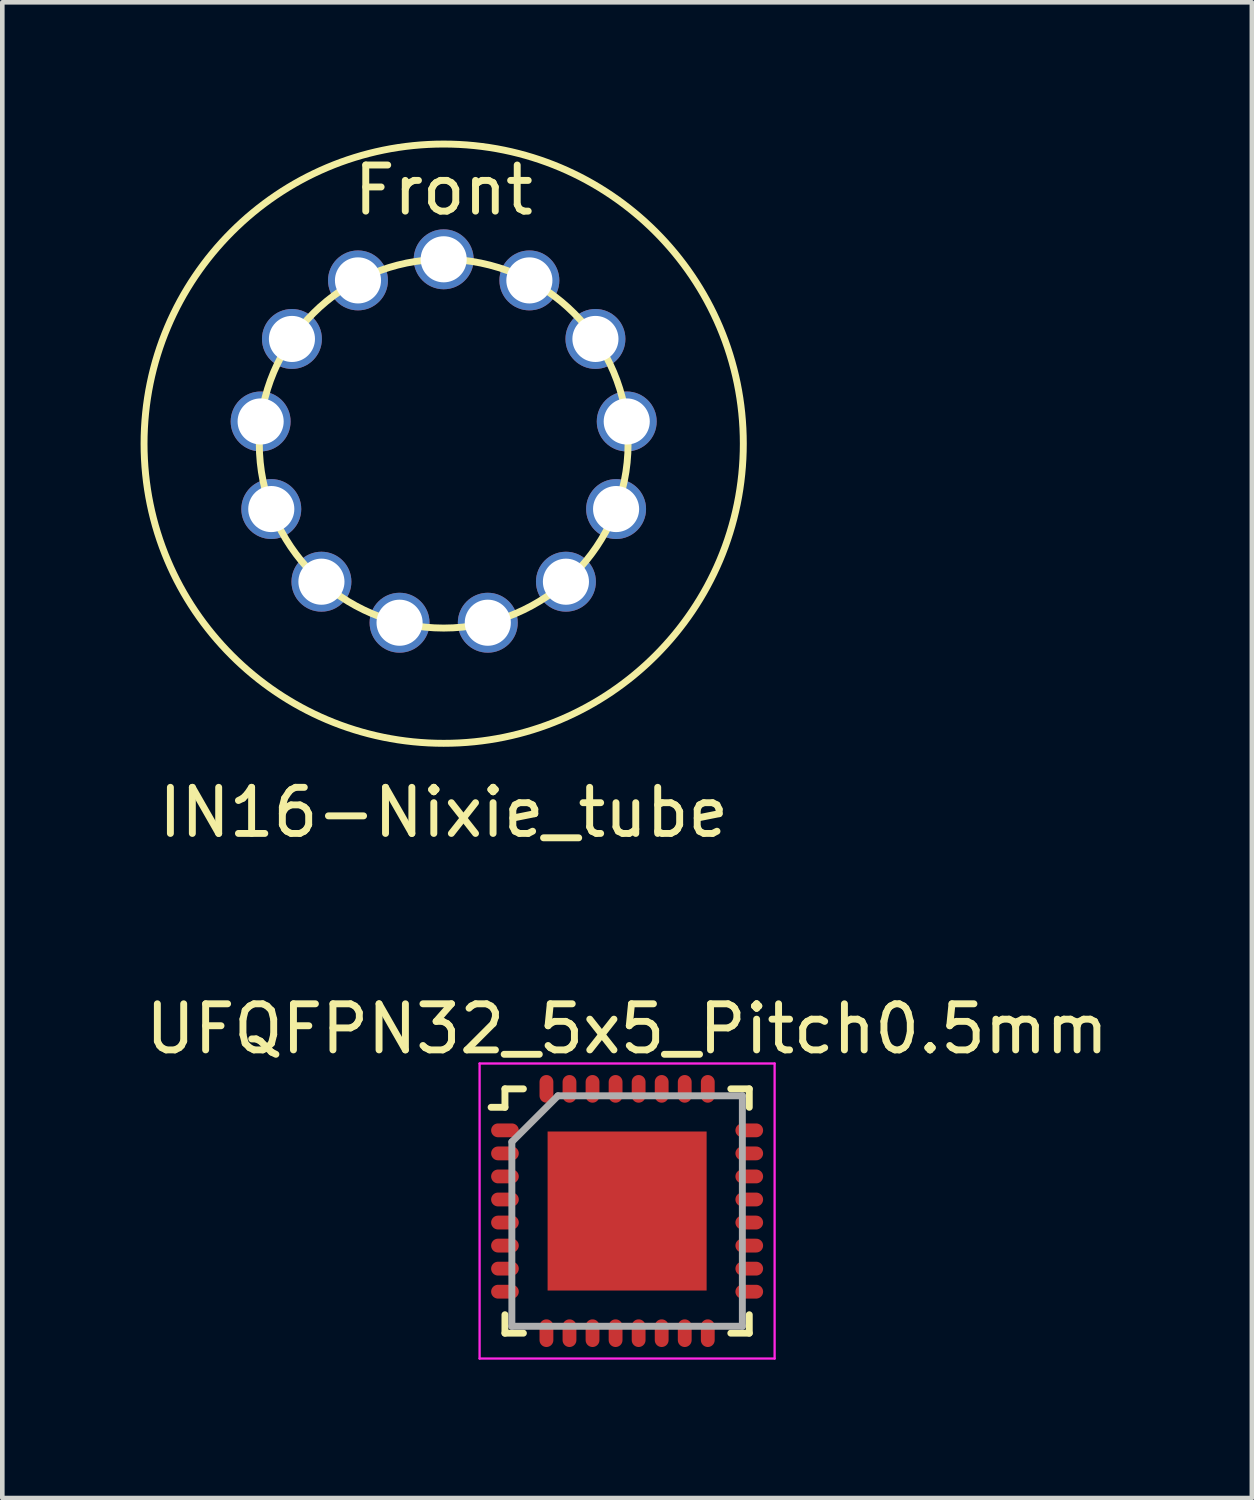
<source format=kicad_pcb>
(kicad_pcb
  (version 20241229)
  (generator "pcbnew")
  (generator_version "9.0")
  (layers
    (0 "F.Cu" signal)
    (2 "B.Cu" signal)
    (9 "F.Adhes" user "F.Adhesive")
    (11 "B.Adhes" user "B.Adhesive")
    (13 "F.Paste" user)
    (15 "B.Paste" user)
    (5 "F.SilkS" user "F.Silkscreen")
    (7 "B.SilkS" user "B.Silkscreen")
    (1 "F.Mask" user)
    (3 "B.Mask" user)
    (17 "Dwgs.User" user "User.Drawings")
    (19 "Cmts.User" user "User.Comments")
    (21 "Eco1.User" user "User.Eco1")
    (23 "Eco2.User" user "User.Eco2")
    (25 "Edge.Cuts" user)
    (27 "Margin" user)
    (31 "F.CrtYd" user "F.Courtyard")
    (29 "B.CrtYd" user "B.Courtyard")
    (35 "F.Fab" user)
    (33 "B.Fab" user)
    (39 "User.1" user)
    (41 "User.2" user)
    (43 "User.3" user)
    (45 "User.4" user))
  (footprint "IN16-Nixie_tube"
    (layer "F.Cu")
    (at 6.575 6.575)
    (property "Reference" "IN16-Nixie_tube" (at 0 8 0) (layer "F.SilkS") (effects (font (size 1 1) (thickness 0.15))))
    (attr through_hole)
    (fp_circle (center 0 0) (end 4 0) (stroke (width 0.15) (type solid)) (fill no) (layer "F.SilkS"))
    (fp_circle (center 0 0) (end 6.5 0) (stroke (width 0.15) (type solid)) (fill no) (layer "F.SilkS"))
    (fp_text user "Front" (at 0 -5.5 0) (layer "F.SilkS") (effects (font (size 1 1) (thickness 0.15))))
    (pad "1" thru_hole circle (at 0 -4) (size 1.3 1.3) (drill 1) (layers "*.Cu" "*.Mask"))
    (pad "2" thru_hole circle (at -1.859 -3.542 27.692) (size 1.3 1.3) (drill 1) (layers "*.Cu" "*.Mask"))
    (pad "3" thru_hole circle (at -3.292 -2.272 55.385) (size 1.3 1.3) (drill 1) (layers "*.Cu" "*.Mask"))
    (pad "4" thru_hole circle (at -3.971 -0.482 83.077) (size 1.3 1.3) (drill 1) (layers "*.Cu" "*.Mask"))
    (pad "5" thru_hole circle (at -3.74 1.418 110.769) (size 1.3 1.3) (drill 1) (layers "*.Cu" "*.Mask"))
    (pad "6" thru_hole circle (at -2.652 2.994 138.462) (size 1.3 1.3) (drill 1) (layers "*.Cu" "*.Mask"))
    (pad "7" thru_hole circle (at -0.957 3.884 166.154) (size 1.3 1.3) (drill 1) (layers "*.Cu" "*.Mask"))
    (pad "8" thru_hole circle (at 0.957 3.884 193.846) (size 1.3 1.3) (drill 1) (layers "*.Cu" "*.Mask"))
    (pad "9" thru_hole circle (at 2.652 2.994 221.538) (size 1.3 1.3) (drill 1) (layers "*.Cu" "*.Mask"))
    (pad "10" thru_hole circle (at 3.74 1.418 249.231) (size 1.3 1.3) (drill 1) (layers "*.Cu" "*.Mask"))
    (pad "11" thru_hole circle (at 3.971 -0.482 276.923) (size 1.3 1.3) (drill 1) (layers "*.Cu" "*.Mask"))
    (pad "12" thru_hole circle (at 3.292 -2.272 304.615) (size 1.3 1.3) (drill 1) (layers "*.Cu" "*.Mask"))
    (pad "13" thru_hole circle (at 1.859 -3.542 332.308) (size 1.3 1.3) (drill 1) (layers "*.Cu" "*.Mask")))
  (footprint "UFQFPN32_5x5_Pitch0.5mm"
    (layer "F.Cu")
    (at 10.554 23.221)
    (property "Reference" "UFQFPN32_5x5_Pitch0.5mm" (at 0 -3.95 0) (layer "F.SilkS") (effects (font (size 1 1) (thickness 0.15))))
    (attr smd)
    (fp_line (start -2.65 -2.65) (end -2.65 -2.25) (stroke (width 0.15) (type solid)) (layer "F.SilkS"))
    (fp_line (start -2.65 -2.25) (end -2.95 -2.25) (stroke (width 0.15) (type solid)) (layer "F.SilkS"))
    (fp_line (start -2.65 2.65) (end -2.65 2.25) (stroke (width 0.15) (type solid)) (layer "F.SilkS"))
    (fp_line (start -2.25 -2.65) (end -2.65 -2.65) (stroke (width 0.15) (type solid)) (layer "F.SilkS"))
    (fp_line (start -2.25 2.65) (end -2.65 2.65) (stroke (width 0.15) (type solid)) (layer "F.SilkS"))
    (fp_line (start 2.25 -2.65) (end 2.65 -2.65) (stroke (width 0.15) (type solid)) (layer "F.SilkS"))
    (fp_line (start 2.25 2.65) (end 2.65 2.65) (stroke (width 0.15) (type solid)) (layer "F.SilkS"))
    (fp_line (start 2.65 -2.65) (end 2.65 -2.25) (stroke (width 0.15) (type solid)) (layer "F.SilkS"))
    (fp_line (start 2.65 2.65) (end 2.65 2.25) (stroke (width 0.15) (type solid)) (layer "F.SilkS"))
    (fp_line (start -3.2 -3.2) (end 3.2 -3.2) (stroke (width 0.05) (type solid)) (layer "F.CrtYd"))
    (fp_line (start -3.2 3.2) (end -3.2 -3.2) (stroke (width 0.05) (type solid)) (layer "F.CrtYd"))
    (fp_line (start 3.2 -3.2) (end 3.2 3.2) (stroke (width 0.05) (type solid)) (layer "F.CrtYd"))
    (fp_line (start 3.2 3.2) (end -3.2 3.2) (stroke (width 0.05) (type solid)) (layer "F.CrtYd"))
    (fp_line (start -2.5 -1.5) (end -2.5 2.5) (stroke (width 0.15) (type solid)) (layer "F.Fab"))
    (fp_line (start -2.5 2.5) (end 2.5 2.5) (stroke (width 0.15) (type solid)) (layer "F.Fab"))
    (fp_line (start -1.5 -2.5) (end -2.5 -1.5) (stroke (width 0.15) (type solid)) (layer "F.Fab"))
    (fp_line (start 2.5 -2.5) (end -1.5 -2.5) (stroke (width 0.15) (type solid)) (layer "F.Fab"))
    (fp_line (start 2.5 2.5) (end 2.5 -2.5) (stroke (width 0.15) (type solid)) (layer "F.Fab"))
    (pad "1" smd oval (at -2.65 -1.75 90) (size 0.3 0.6) (layers "F.Cu" "F.Mask" "F.Paste"))
    (pad "2" smd oval (at -2.65 -1.25 90) (size 0.3 0.6) (layers "F.Cu" "F.Mask" "F.Paste"))
    (pad "3" smd oval (at -2.65 -0.75 90) (size 0.3 0.6) (layers "F.Cu" "F.Mask" "F.Paste"))
    (pad "4" smd oval (at -2.65 -0.25 90) (size 0.3 0.6) (layers "F.Cu" "F.Mask" "F.Paste"))
    (pad "5" smd oval (at -2.65 0.25 90) (size 0.3 0.6) (layers "F.Cu" "F.Mask" "F.Paste"))
    (pad "6" smd oval (at -2.65 0.75 90) (size 0.3 0.6) (layers "F.Cu" "F.Mask" "F.Paste"))
    (pad "7" smd oval (at -2.65 1.25 90) (size 0.3 0.6) (layers "F.Cu" "F.Mask" "F.Paste"))
    (pad "8" smd oval (at -2.65 1.75 90) (size 0.3 0.6) (layers "F.Cu" "F.Mask" "F.Paste"))
    (pad "9" smd oval (at -1.75 2.65) (size 0.3 0.6) (layers "F.Cu" "F.Mask" "F.Paste"))
    (pad "10" smd oval (at -1.25 2.65) (size 0.3 0.6) (layers "F.Cu" "F.Mask" "F.Paste"))
    (pad "11" smd oval (at -0.75 2.65) (size 0.3 0.6) (layers "F.Cu" "F.Mask" "F.Paste"))
    (pad "12" smd oval (at -0.25 2.65) (size 0.3 0.6) (layers "F.Cu" "F.Mask" "F.Paste"))
    (pad "13" smd oval (at 0.25 2.65) (size 0.3 0.6) (layers "F.Cu" "F.Mask" "F.Paste"))
    (pad "14" smd oval (at 0.75 2.65) (size 0.3 0.6) (layers "F.Cu" "F.Mask" "F.Paste"))
    (pad "15" smd oval (at 1.25 2.65) (size 0.3 0.6) (layers "F.Cu" "F.Mask" "F.Paste"))
    (pad "16" smd oval (at 1.75 2.65) (size 0.3 0.6) (layers "F.Cu" "F.Mask" "F.Paste"))
    (pad "17" smd oval (at 2.65 1.75 90) (size 0.3 0.6) (layers "F.Cu" "F.Mask" "F.Paste"))
    (pad "18" smd oval (at 2.65 1.25 90) (size 0.3 0.6) (layers "F.Cu" "F.Mask" "F.Paste"))
    (pad "19" smd oval (at 2.65 0.75 90) (size 0.3 0.6) (layers "F.Cu" "F.Mask" "F.Paste"))
    (pad "20" smd oval (at 2.65 0.25 90) (size 0.3 0.6) (layers "F.Cu" "F.Mask" "F.Paste"))
    (pad "21" smd oval (at 2.65 -0.25 90) (size 0.3 0.6) (layers "F.Cu" "F.Mask" "F.Paste"))
    (pad "22" smd oval (at 2.65 -0.75 90) (size 0.3 0.6) (layers "F.Cu" "F.Mask" "F.Paste"))
    (pad "23" smd oval (at 2.65 -1.25 90) (size 0.3 0.6) (layers "F.Cu" "F.Mask" "F.Paste"))
    (pad "24" smd oval (at 2.65 -1.75 90) (size 0.3 0.6) (layers "F.Cu" "F.Mask" "F.Paste"))
    (pad "25" smd oval (at 1.75 -2.65) (size 0.3 0.6) (layers "F.Cu" "F.Mask" "F.Paste"))
    (pad "26" smd oval (at 1.25 -2.65) (size 0.3 0.6) (layers "F.Cu" "F.Mask" "F.Paste"))
    (pad "27" smd oval (at 0.75 -2.65) (size 0.3 0.6) (layers "F.Cu" "F.Mask" "F.Paste"))
    (pad "28" smd oval (at 0.25 -2.65) (size 0.3 0.6) (layers "F.Cu" "F.Mask" "F.Paste"))
    (pad "29" smd oval (at -0.25 -2.65) (size 0.3 0.6) (layers "F.Cu" "F.Mask" "F.Paste"))
    (pad "30" smd oval (at -0.75 -2.65) (size 0.3 0.6) (layers "F.Cu" "F.Mask" "F.Paste"))
    (pad "31" smd oval (at -1.25 -2.65) (size 0.3 0.6) (layers "F.Cu" "F.Mask" "F.Paste"))
    (pad "32" smd oval (at -1.75 -2.65) (size 0.3 0.6) (layers "F.Cu" "F.Mask" "F.Paste"))
    (pad "33" smd rect (at 0 0) (size 3.45 3.45) (layers "F.Cu" "F.Mask" "F.Paste")))
  (gr_rect
    (start -3 -3)
    (end 24.107 29.447)
    (stroke (width 0.1) (type default))
    (fill no)
    (layer "Edge.Cuts")))
</source>
